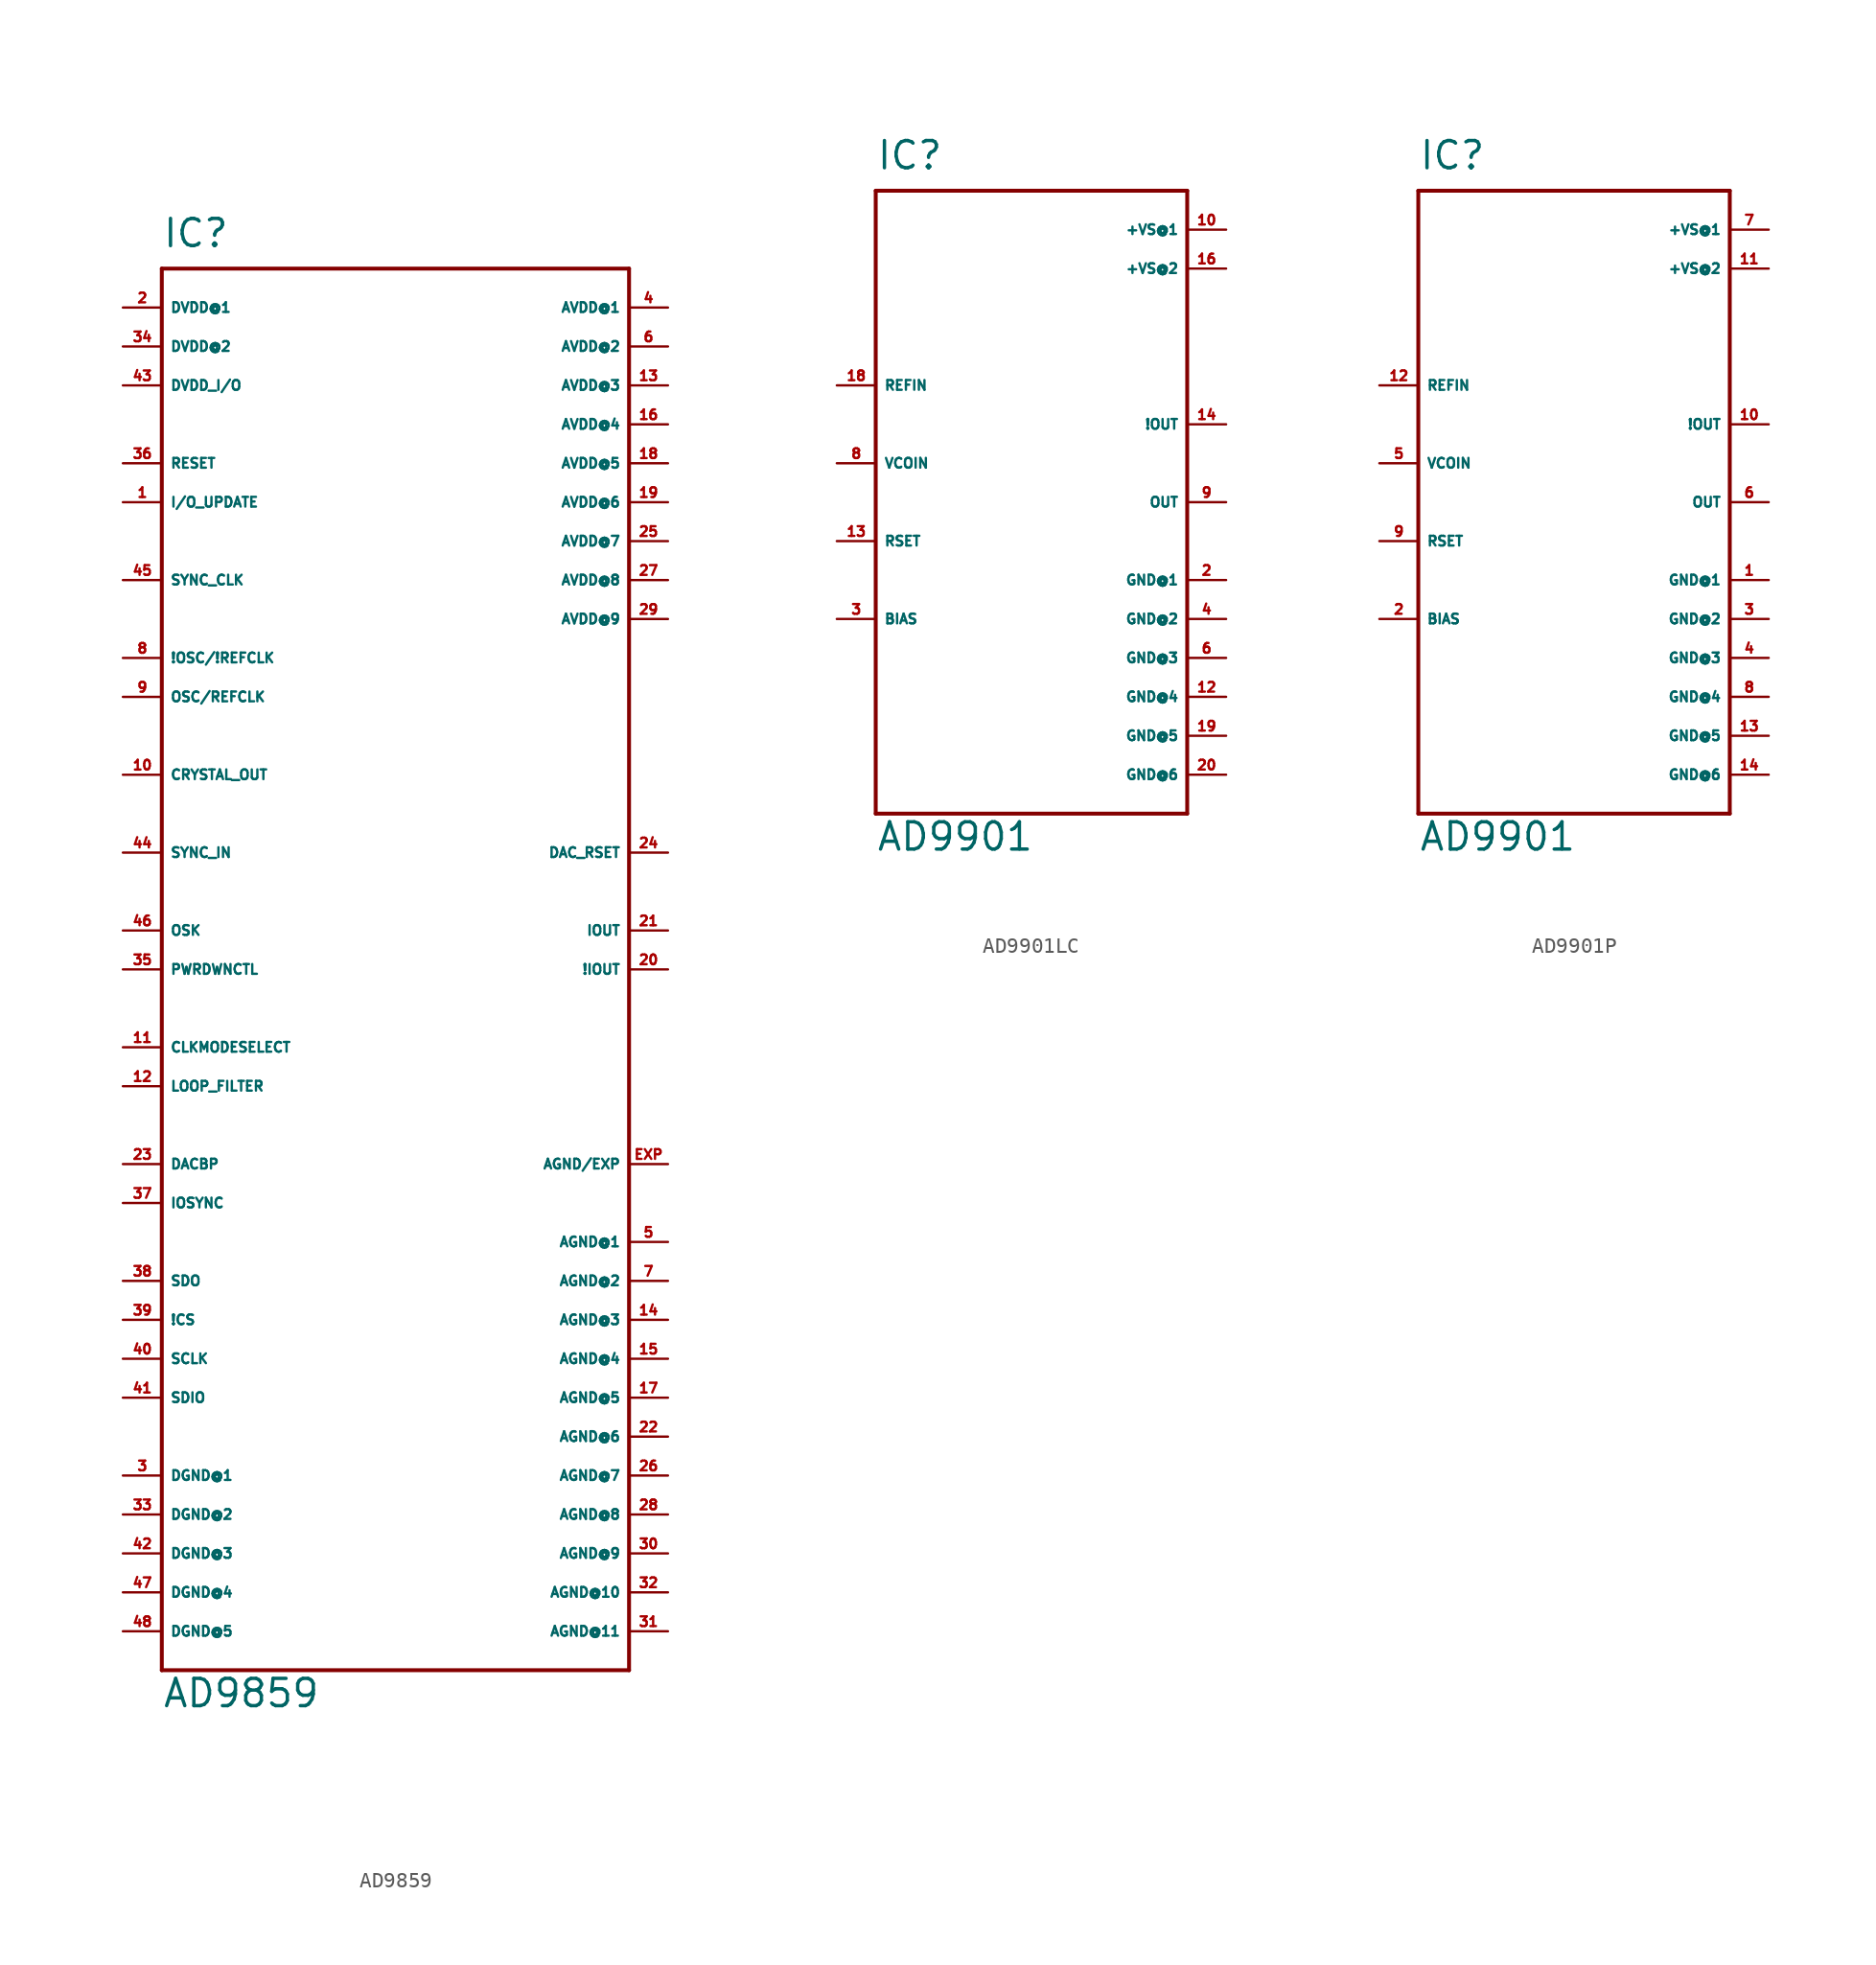
<source format=kicad_sym>
(kicad_symbol_lib
  (version 20220914)
  (generator Eagle2Kicad)
  (symbol "AD9859"
    (property "Reference" "IC"
      (at -15.24 44.45 0)
      (effects (font (size 1.778 1.778) (thickness 0.22)) (justify left bottom)))
    (property "Value" "AD9859"
      (at -15.24 -50.8 0)
      (effects (font (size 1.778 1.778) (thickness 0.22)) (justify left bottom)))
    (polyline
      (pts (xy -15.24 43.18) (xy 15.24 43.18))
      (stroke (width 0.254) (type default))
      (fill (type none)))
    (polyline
      (pts (xy 15.24 43.18) (xy 15.24 -48.26))
      (stroke (width 0.254) (type default))
      (fill (type none)))
    (polyline
      (pts (xy 15.24 -48.26) (xy -15.24 -48.26))
      (stroke (width 0.254) (type default))
      (fill (type none)))
    (polyline
      (pts (xy -15.24 -48.26) (xy -15.24 43.18))
      (stroke (width 0.254) (type default))
      (fill (type none)))
    (pin input line
      (at -17.78 27.94 0)
      (length 2.54)
      (name "I/O_UPDATE" (effects (font (size 0.635 0.635) (thickness 0.08)) (justify left bottom)))
      (number "1" (effects (font (size 0.635 0.635) (thickness 0.08)) (justify left bottom))))
    (pin input line
      (at -17.78 40.64 0)
      (length 2.54)
      (name "DVDD@1" (effects (font (size 0.635 0.635) (thickness 0.08)) (justify left bottom)))
      (number "2" (effects (font (size 0.635 0.635) (thickness 0.08)) (justify left bottom))))
    (pin input line
      (at -17.78 38.1 0)
      (length 2.54)
      (name "DVDD@2" (effects (font (size 0.635 0.635) (thickness 0.08)) (justify left bottom)))
      (number "34" (effects (font (size 0.635 0.635) (thickness 0.08)) (justify left bottom))))
    (pin input line
      (at -17.78 -35.56 0)
      (length 2.54)
      (name "DGND@1" (effects (font (size 0.635 0.635) (thickness 0.08)) (justify left bottom)))
      (number "3" (effects (font (size 0.635 0.635) (thickness 0.08)) (justify left bottom))))
    (pin input line
      (at -17.78 -38.1 0)
      (length 2.54)
      (name "DGND@2" (effects (font (size 0.635 0.635) (thickness 0.08)) (justify left bottom)))
      (number "33" (effects (font (size 0.635 0.635) (thickness 0.08)) (justify left bottom))))
    (pin input line
      (at -17.78 -40.64 0)
      (length 2.54)
      (name "DGND@3" (effects (font (size 0.635 0.635) (thickness 0.08)) (justify left bottom)))
      (number "42" (effects (font (size 0.635 0.635) (thickness 0.08)) (justify left bottom))))
    (pin input line
      (at -17.78 -43.18 0)
      (length 2.54)
      (name "DGND@4" (effects (font (size 0.635 0.635) (thickness 0.08)) (justify left bottom)))
      (number "47" (effects (font (size 0.635 0.635) (thickness 0.08)) (justify left bottom))))
    (pin input line
      (at -17.78 -45.72 0)
      (length 2.54)
      (name "DGND@5" (effects (font (size 0.635 0.635) (thickness 0.08)) (justify left bottom)))
      (number "48" (effects (font (size 0.635 0.635) (thickness 0.08)) (justify left bottom))))
    (pin input line
      (at 17.78 40.64 180)
      (length 2.54)
      (name "AVDD@1" (effects (font (size 0.635 0.635) (thickness 0.08)) (justify left bottom)))
      (number "4" (effects (font (size 0.635 0.635) (thickness 0.08)) (justify left bottom))))
    (pin input line
      (at 17.78 38.1 180)
      (length 2.54)
      (name "AVDD@2" (effects (font (size 0.635 0.635) (thickness 0.08)) (justify left bottom)))
      (number "6" (effects (font (size 0.635 0.635) (thickness 0.08)) (justify left bottom))))
    (pin input line
      (at 17.78 35.56 180)
      (length 2.54)
      (name "AVDD@3" (effects (font (size 0.635 0.635) (thickness 0.08)) (justify left bottom)))
      (number "13" (effects (font (size 0.635 0.635) (thickness 0.08)) (justify left bottom))))
    (pin input line
      (at 17.78 33.02 180)
      (length 2.54)
      (name "AVDD@4" (effects (font (size 0.635 0.635) (thickness 0.08)) (justify left bottom)))
      (number "16" (effects (font (size 0.635 0.635) (thickness 0.08)) (justify left bottom))))
    (pin input line
      (at 17.78 30.48 180)
      (length 2.54)
      (name "AVDD@5" (effects (font (size 0.635 0.635) (thickness 0.08)) (justify left bottom)))
      (number "18" (effects (font (size 0.635 0.635) (thickness 0.08)) (justify left bottom))))
    (pin input line
      (at 17.78 27.94 180)
      (length 2.54)
      (name "AVDD@6" (effects (font (size 0.635 0.635) (thickness 0.08)) (justify left bottom)))
      (number "19" (effects (font (size 0.635 0.635) (thickness 0.08)) (justify left bottom))))
    (pin input line
      (at 17.78 25.4 180)
      (length 2.54)
      (name "AVDD@7" (effects (font (size 0.635 0.635) (thickness 0.08)) (justify left bottom)))
      (number "25" (effects (font (size 0.635 0.635) (thickness 0.08)) (justify left bottom))))
    (pin input line
      (at 17.78 22.86 180)
      (length 2.54)
      (name "AVDD@8" (effects (font (size 0.635 0.635) (thickness 0.08)) (justify left bottom)))
      (number "27" (effects (font (size 0.635 0.635) (thickness 0.08)) (justify left bottom))))
    (pin input line
      (at 17.78 20.32 180)
      (length 2.54)
      (name "AVDD@9" (effects (font (size 0.635 0.635) (thickness 0.08)) (justify left bottom)))
      (number "29" (effects (font (size 0.635 0.635) (thickness 0.08)) (justify left bottom))))
    (pin input line
      (at 17.78 -20.32 180)
      (length 2.54)
      (name "AGND@1" (effects (font (size 0.635 0.635) (thickness 0.08)) (justify left bottom)))
      (number "5" (effects (font (size 0.635 0.635) (thickness 0.08)) (justify left bottom))))
    (pin input line
      (at 17.78 -22.86 180)
      (length 2.54)
      (name "AGND@2" (effects (font (size 0.635 0.635) (thickness 0.08)) (justify left bottom)))
      (number "7" (effects (font (size 0.635 0.635) (thickness 0.08)) (justify left bottom))))
    (pin input line
      (at 17.78 -25.4 180)
      (length 2.54)
      (name "AGND@3" (effects (font (size 0.635 0.635) (thickness 0.08)) (justify left bottom)))
      (number "14" (effects (font (size 0.635 0.635) (thickness 0.08)) (justify left bottom))))
    (pin input line
      (at 17.78 -27.94 180)
      (length 2.54)
      (name "AGND@4" (effects (font (size 0.635 0.635) (thickness 0.08)) (justify left bottom)))
      (number "15" (effects (font (size 0.635 0.635) (thickness 0.08)) (justify left bottom))))
    (pin input line
      (at 17.78 -30.48 180)
      (length 2.54)
      (name "AGND@5" (effects (font (size 0.635 0.635) (thickness 0.08)) (justify left bottom)))
      (number "17" (effects (font (size 0.635 0.635) (thickness 0.08)) (justify left bottom))))
    (pin input line
      (at 17.78 -33.02 180)
      (length 2.54)
      (name "AGND@6" (effects (font (size 0.635 0.635) (thickness 0.08)) (justify left bottom)))
      (number "22" (effects (font (size 0.635 0.635) (thickness 0.08)) (justify left bottom))))
    (pin input line
      (at 17.78 -35.56 180)
      (length 2.54)
      (name "AGND@7" (effects (font (size 0.635 0.635) (thickness 0.08)) (justify left bottom)))
      (number "26" (effects (font (size 0.635 0.635) (thickness 0.08)) (justify left bottom))))
    (pin input line
      (at 17.78 -38.1 180)
      (length 2.54)
      (name "AGND@8" (effects (font (size 0.635 0.635) (thickness 0.08)) (justify left bottom)))
      (number "28" (effects (font (size 0.635 0.635) (thickness 0.08)) (justify left bottom))))
    (pin input line
      (at 17.78 -40.64 180)
      (length 2.54)
      (name "AGND@9" (effects (font (size 0.635 0.635) (thickness 0.08)) (justify left bottom)))
      (number "30" (effects (font (size 0.635 0.635) (thickness 0.08)) (justify left bottom))))
    (pin input line
      (at -17.78 17.78 0)
      (length 2.54)
      (name "!OSC/!REFCLK" (effects (font (size 0.635 0.635) (thickness 0.08)) (justify left bottom)))
      (number "8" (effects (font (size 0.635 0.635) (thickness 0.08)) (justify left bottom))))
    (pin input line
      (at -17.78 15.24 0)
      (length 2.54)
      (name "OSC/REFCLK" (effects (font (size 0.635 0.635) (thickness 0.08)) (justify left bottom)))
      (number "9" (effects (font (size 0.635 0.635) (thickness 0.08)) (justify left bottom))))
    (pin output line
      (at -17.78 10.16 0)
      (length 2.54)
      (name "CRYSTAL_OUT" (effects (font (size 0.635 0.635) (thickness 0.08)) (justify left bottom)))
      (number "10" (effects (font (size 0.635 0.635) (thickness 0.08)) (justify left bottom))))
    (pin input line
      (at -17.78 -7.62 0)
      (length 2.54)
      (name "CLKMODESELECT" (effects (font (size 0.635 0.635) (thickness 0.08)) (justify left bottom)))
      (number "11" (effects (font (size 0.635 0.635) (thickness 0.08)) (justify left bottom))))
    (pin input line
      (at -17.78 -10.16 0)
      (length 2.54)
      (name "LOOP_FILTER" (effects (font (size 0.635 0.635) (thickness 0.08)) (justify left bottom)))
      (number "12" (effects (font (size 0.635 0.635) (thickness 0.08)) (justify left bottom))))
    (pin output line
      (at 17.78 -2.54 180)
      (length 2.54)
      (name "!IOUT" (effects (font (size 0.635 0.635) (thickness 0.08)) (justify left bottom)))
      (number "20" (effects (font (size 0.635 0.635) (thickness 0.08)) (justify left bottom))))
    (pin output line
      (at 17.78 0 180)
      (length 2.54)
      (name "IOUT" (effects (font (size 0.635 0.635) (thickness 0.08)) (justify left bottom)))
      (number "21" (effects (font (size 0.635 0.635) (thickness 0.08)) (justify left bottom))))
    (pin input line
      (at -17.78 -15.24 0)
      (length 2.54)
      (name "DACBP" (effects (font (size 0.635 0.635) (thickness 0.08)) (justify left bottom)))
      (number "23" (effects (font (size 0.635 0.635) (thickness 0.08)) (justify left bottom))))
    (pin input line
      (at 17.78 5.08 180)
      (length 2.54)
      (name "DAC_RSET" (effects (font (size 0.635 0.635) (thickness 0.08)) (justify left bottom)))
      (number "24" (effects (font (size 0.635 0.635) (thickness 0.08)) (justify left bottom))))
    (pin input line
      (at -17.78 -2.54 0)
      (length 2.54)
      (name "PWRDWNCTL" (effects (font (size 0.635 0.635) (thickness 0.08)) (justify left bottom)))
      (number "35" (effects (font (size 0.635 0.635) (thickness 0.08)) (justify left bottom))))
    (pin input line
      (at -17.78 30.48 0)
      (length 2.54)
      (name "RESET" (effects (font (size 0.635 0.635) (thickness 0.08)) (justify left bottom)))
      (number "36" (effects (font (size 0.635 0.635) (thickness 0.08)) (justify left bottom))))
    (pin input line
      (at -17.78 -17.78 0)
      (length 2.54)
      (name "IOSYNC" (effects (font (size 0.635 0.635) (thickness 0.08)) (justify left bottom)))
      (number "37" (effects (font (size 0.635 0.635) (thickness 0.08)) (justify left bottom))))
    (pin output line
      (at -17.78 -22.86 0)
      (length 2.54)
      (name "SDO" (effects (font (size 0.635 0.635) (thickness 0.08)) (justify left bottom)))
      (number "38" (effects (font (size 0.635 0.635) (thickness 0.08)) (justify left bottom))))
    (pin input line
      (at -17.78 -25.4 0)
      (length 2.54)
      (name "!CS" (effects (font (size 0.635 0.635) (thickness 0.08)) (justify left bottom)))
      (number "39" (effects (font (size 0.635 0.635) (thickness 0.08)) (justify left bottom))))
    (pin input line
      (at -17.78 -27.94 0)
      (length 2.54)
      (name "SCLK" (effects (font (size 0.635 0.635) (thickness 0.08)) (justify left bottom)))
      (number "40" (effects (font (size 0.635 0.635) (thickness 0.08)) (justify left bottom))))
    (pin bidirectional line
      (at -17.78 -30.48 0)
      (length 2.54)
      (name "SDIO" (effects (font (size 0.635 0.635) (thickness 0.08)) (justify left bottom)))
      (number "41" (effects (font (size 0.635 0.635) (thickness 0.08)) (justify left bottom))))
    (pin input line
      (at -17.78 35.56 0)
      (length 2.54)
      (name "DVDD_I/O" (effects (font (size 0.635 0.635) (thickness 0.08)) (justify left bottom)))
      (number "43" (effects (font (size 0.635 0.635) (thickness 0.08)) (justify left bottom))))
    (pin input line
      (at -17.78 5.08 0)
      (length 2.54)
      (name "SYNC_IN" (effects (font (size 0.635 0.635) (thickness 0.08)) (justify left bottom)))
      (number "44" (effects (font (size 0.635 0.635) (thickness 0.08)) (justify left bottom))))
    (pin output line
      (at -17.78 22.86 0)
      (length 2.54)
      (name "SYNC_CLK" (effects (font (size 0.635 0.635) (thickness 0.08)) (justify left bottom)))
      (number "45" (effects (font (size 0.635 0.635) (thickness 0.08)) (justify left bottom))))
    (pin input line
      (at -17.78 0 0)
      (length 2.54)
      (name "OSK" (effects (font (size 0.635 0.635) (thickness 0.08)) (justify left bottom)))
      (number "46" (effects (font (size 0.635 0.635) (thickness 0.08)) (justify left bottom))))
    (pin input line
      (at 17.78 -45.72 180)
      (length 2.54)
      (name "AGND@11" (effects (font (size 0.635 0.635) (thickness 0.08)) (justify left bottom)))
      (number "31" (effects (font (size 0.635 0.635) (thickness 0.08)) (justify left bottom))))
    (pin input line
      (at 17.78 -43.18 180)
      (length 2.54)
      (name "AGND@10" (effects (font (size 0.635 0.635) (thickness 0.08)) (justify left bottom)))
      (number "32" (effects (font (size 0.635 0.635) (thickness 0.08)) (justify left bottom))))
    (pin input line
      (at 17.78 -15.24 180)
      (length 2.54)
      (name "AGND/EXP" (effects (font (size 0.635 0.635) (thickness 0.08)) (justify left bottom)))
      (number "EXP" (effects (font (size 0.635 0.635) (thickness 0.08)) (justify left bottom)))))
  (symbol "AD9901LC"
    (property "Reference" "IC"
      (at -10.16 21.59 0)
      (effects (font (size 1.778 1.778) (thickness 0.22)) (justify left bottom)))
    (property "Value" "AD9901"
      (at -10.16 -22.86 0)
      (effects (font (size 1.778 1.778) (thickness 0.22)) (justify left bottom)))
    (polyline
      (pts (xy -10.16 20.32) (xy 10.16 20.32))
      (stroke (width 0.254) (type default))
      (fill (type none)))
    (polyline
      (pts (xy 10.16 20.32) (xy 10.16 -20.32))
      (stroke (width 0.254) (type default))
      (fill (type none)))
    (polyline
      (pts (xy 10.16 -20.32) (xy -10.16 -20.32))
      (stroke (width 0.254) (type default))
      (fill (type none)))
    (polyline
      (pts (xy -10.16 -20.32) (xy -10.16 20.32))
      (stroke (width 0.254) (type default))
      (fill (type none)))
    (pin output line
      (at -12.7 7.62 0)
      (length 2.54)
      (name "REFIN" (effects (font (size 0.635 0.635) (thickness 0.08)) (justify left bottom)))
      (number "18" (effects (font (size 0.635 0.635) (thickness 0.08)) (justify left bottom))))
    (pin input line
      (at 12.7 0 180)
      (length 2.54)
      (name "OUT" (effects (font (size 0.635 0.635) (thickness 0.08)) (justify left bottom)))
      (number "9" (effects (font (size 0.635 0.635) (thickness 0.08)) (justify left bottom))))
    (pin input line
      (at 12.7 5.08 180)
      (length 2.54)
      (name "!OUT" (effects (font (size 0.635 0.635) (thickness 0.08)) (justify left bottom)))
      (number "14" (effects (font (size 0.635 0.635) (thickness 0.08)) (justify left bottom))))
    (pin input line
      (at -12.7 -7.62 0)
      (length 2.54)
      (name "BIAS" (effects (font (size 0.635 0.635) (thickness 0.08)) (justify left bottom)))
      (number "3" (effects (font (size 0.635 0.635) (thickness 0.08)) (justify left bottom))))
    (pin input line
      (at -12.7 2.54 0)
      (length 2.54)
      (name "VCOIN" (effects (font (size 0.635 0.635) (thickness 0.08)) (justify left bottom)))
      (number "8" (effects (font (size 0.635 0.635) (thickness 0.08)) (justify left bottom))))
    (pin input line
      (at -12.7 -2.54 0)
      (length 2.54)
      (name "RSET" (effects (font (size 0.635 0.635) (thickness 0.08)) (justify left bottom)))
      (number "13" (effects (font (size 0.635 0.635) (thickness 0.08)) (justify left bottom))))
    (pin input line
      (at 12.7 17.78 180)
      (length 2.54)
      (name "+VS@1" (effects (font (size 0.635 0.635) (thickness 0.08)) (justify left bottom)))
      (number "10" (effects (font (size 0.635 0.635) (thickness 0.08)) (justify left bottom))))
    (pin input line
      (at 12.7 15.24 180)
      (length 2.54)
      (name "+VS@2" (effects (font (size 0.635 0.635) (thickness 0.08)) (justify left bottom)))
      (number "16" (effects (font (size 0.635 0.635) (thickness 0.08)) (justify left bottom))))
    (pin input line
      (at 12.7 -5.08 180)
      (length 2.54)
      (name "GND@1" (effects (font (size 0.635 0.635) (thickness 0.08)) (justify left bottom)))
      (number "2" (effects (font (size 0.635 0.635) (thickness 0.08)) (justify left bottom))))
    (pin input line
      (at 12.7 -7.62 180)
      (length 2.54)
      (name "GND@2" (effects (font (size 0.635 0.635) (thickness 0.08)) (justify left bottom)))
      (number "4" (effects (font (size 0.635 0.635) (thickness 0.08)) (justify left bottom))))
    (pin input line
      (at 12.7 -10.16 180)
      (length 2.54)
      (name "GND@3" (effects (font (size 0.635 0.635) (thickness 0.08)) (justify left bottom)))
      (number "6" (effects (font (size 0.635 0.635) (thickness 0.08)) (justify left bottom))))
    (pin input line
      (at 12.7 -12.7 180)
      (length 2.54)
      (name "GND@4" (effects (font (size 0.635 0.635) (thickness 0.08)) (justify left bottom)))
      (number "12" (effects (font (size 0.635 0.635) (thickness 0.08)) (justify left bottom))))
    (pin input line
      (at 12.7 -15.24 180)
      (length 2.54)
      (name "GND@5" (effects (font (size 0.635 0.635) (thickness 0.08)) (justify left bottom)))
      (number "19" (effects (font (size 0.635 0.635) (thickness 0.08)) (justify left bottom))))
    (pin input line
      (at 12.7 -17.78 180)
      (length 2.54)
      (name "GND@6" (effects (font (size 0.635 0.635) (thickness 0.08)) (justify left bottom)))
      (number "20" (effects (font (size 0.635 0.635) (thickness 0.08)) (justify left bottom)))))
  (symbol "AD9901P"
    (property "Reference" "IC"
      (at -10.16 21.59 0)
      (effects (font (size 1.778 1.778) (thickness 0.22)) (justify left bottom)))
    (property "Value" "AD9901"
      (at -10.16 -22.86 0)
      (effects (font (size 1.778 1.778) (thickness 0.22)) (justify left bottom)))
    (polyline
      (pts (xy -10.16 20.32) (xy 10.16 20.32))
      (stroke (width 0.254) (type default))
      (fill (type none)))
    (polyline
      (pts (xy 10.16 20.32) (xy 10.16 -20.32))
      (stroke (width 0.254) (type default))
      (fill (type none)))
    (polyline
      (pts (xy 10.16 -20.32) (xy -10.16 -20.32))
      (stroke (width 0.254) (type default))
      (fill (type none)))
    (polyline
      (pts (xy -10.16 -20.32) (xy -10.16 20.32))
      (stroke (width 0.254) (type default))
      (fill (type none)))
    (pin output line
      (at -12.7 7.62 0)
      (length 2.54)
      (name "REFIN" (effects (font (size 0.635 0.635) (thickness 0.08)) (justify left bottom)))
      (number "12" (effects (font (size 0.635 0.635) (thickness 0.08)) (justify left bottom))))
    (pin input line
      (at 12.7 0 180)
      (length 2.54)
      (name "OUT" (effects (font (size 0.635 0.635) (thickness 0.08)) (justify left bottom)))
      (number "6" (effects (font (size 0.635 0.635) (thickness 0.08)) (justify left bottom))))
    (pin input line
      (at 12.7 5.08 180)
      (length 2.54)
      (name "!OUT" (effects (font (size 0.635 0.635) (thickness 0.08)) (justify left bottom)))
      (number "10" (effects (font (size 0.635 0.635) (thickness 0.08)) (justify left bottom))))
    (pin input line
      (at -12.7 -7.62 0)
      (length 2.54)
      (name "BIAS" (effects (font (size 0.635 0.635) (thickness 0.08)) (justify left bottom)))
      (number "2" (effects (font (size 0.635 0.635) (thickness 0.08)) (justify left bottom))))
    (pin input line
      (at -12.7 2.54 0)
      (length 2.54)
      (name "VCOIN" (effects (font (size 0.635 0.635) (thickness 0.08)) (justify left bottom)))
      (number "5" (effects (font (size 0.635 0.635) (thickness 0.08)) (justify left bottom))))
    (pin input line
      (at -12.7 -2.54 0)
      (length 2.54)
      (name "RSET" (effects (font (size 0.635 0.635) (thickness 0.08)) (justify left bottom)))
      (number "9" (effects (font (size 0.635 0.635) (thickness 0.08)) (justify left bottom))))
    (pin input line
      (at 12.7 17.78 180)
      (length 2.54)
      (name "+VS@1" (effects (font (size 0.635 0.635) (thickness 0.08)) (justify left bottom)))
      (number "7" (effects (font (size 0.635 0.635) (thickness 0.08)) (justify left bottom))))
    (pin input line
      (at 12.7 15.24 180)
      (length 2.54)
      (name "+VS@2" (effects (font (size 0.635 0.635) (thickness 0.08)) (justify left bottom)))
      (number "11" (effects (font (size 0.635 0.635) (thickness 0.08)) (justify left bottom))))
    (pin input line
      (at 12.7 -5.08 180)
      (length 2.54)
      (name "GND@1" (effects (font (size 0.635 0.635) (thickness 0.08)) (justify left bottom)))
      (number "1" (effects (font (size 0.635 0.635) (thickness 0.08)) (justify left bottom))))
    (pin input line
      (at 12.7 -7.62 180)
      (length 2.54)
      (name "GND@2" (effects (font (size 0.635 0.635) (thickness 0.08)) (justify left bottom)))
      (number "3" (effects (font (size 0.635 0.635) (thickness 0.08)) (justify left bottom))))
    (pin input line
      (at 12.7 -10.16 180)
      (length 2.54)
      (name "GND@3" (effects (font (size 0.635 0.635) (thickness 0.08)) (justify left bottom)))
      (number "4" (effects (font (size 0.635 0.635) (thickness 0.08)) (justify left bottom))))
    (pin input line
      (at 12.7 -12.7 180)
      (length 2.54)
      (name "GND@4" (effects (font (size 0.635 0.635) (thickness 0.08)) (justify left bottom)))
      (number "8" (effects (font (size 0.635 0.635) (thickness 0.08)) (justify left bottom))))
    (pin input line
      (at 12.7 -15.24 180)
      (length 2.54)
      (name "GND@5" (effects (font (size 0.635 0.635) (thickness 0.08)) (justify left bottom)))
      (number "13" (effects (font (size 0.635 0.635) (thickness 0.08)) (justify left bottom))))
    (pin input line
      (at 12.7 -17.78 180)
      (length 2.54)
      (name "GND@6" (effects (font (size 0.635 0.635) (thickness 0.08)) (justify left bottom)))
      (number "14" (effects (font (size 0.635 0.635) (thickness 0.08)) (justify left bottom))))))
</source>
